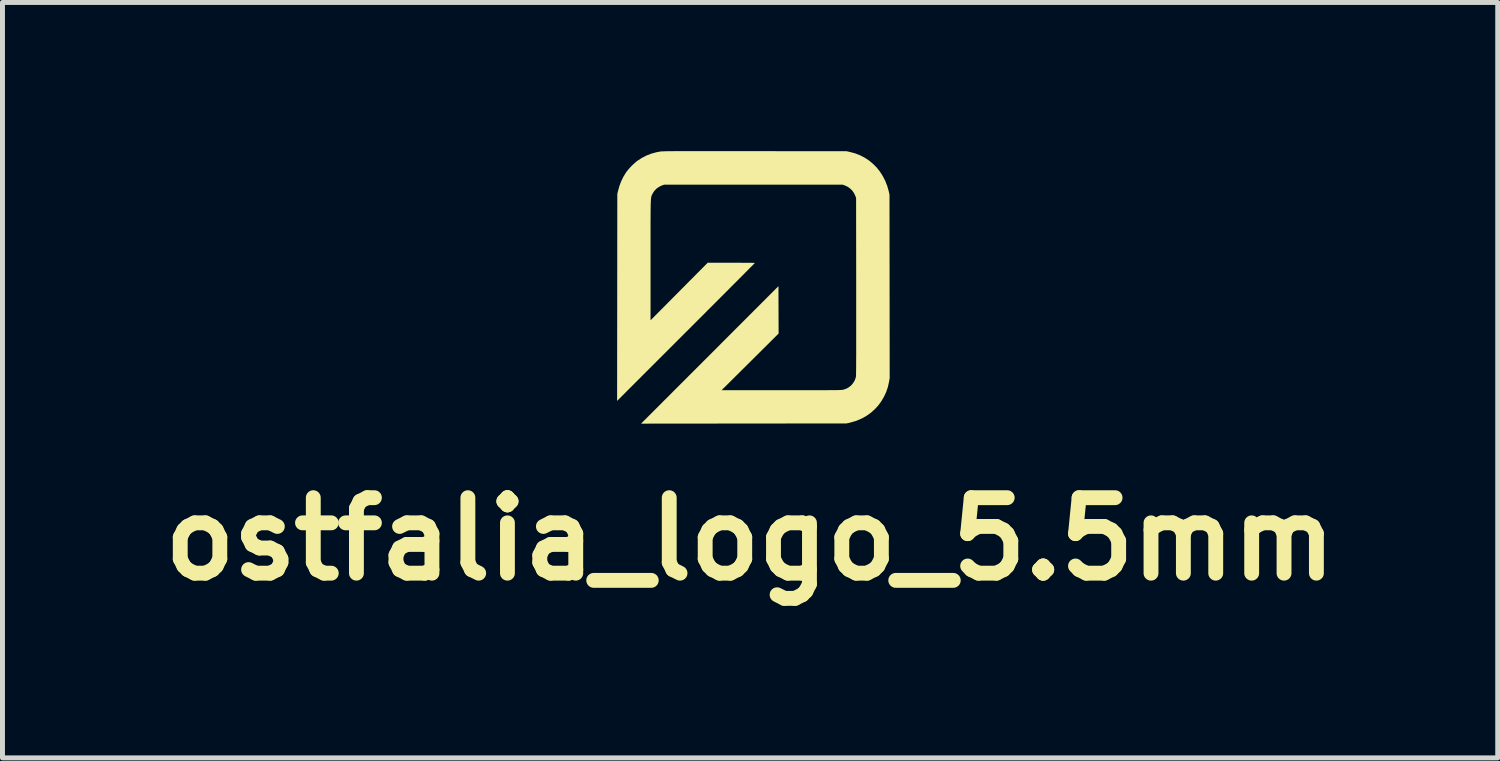
<source format=kicad_pcb>
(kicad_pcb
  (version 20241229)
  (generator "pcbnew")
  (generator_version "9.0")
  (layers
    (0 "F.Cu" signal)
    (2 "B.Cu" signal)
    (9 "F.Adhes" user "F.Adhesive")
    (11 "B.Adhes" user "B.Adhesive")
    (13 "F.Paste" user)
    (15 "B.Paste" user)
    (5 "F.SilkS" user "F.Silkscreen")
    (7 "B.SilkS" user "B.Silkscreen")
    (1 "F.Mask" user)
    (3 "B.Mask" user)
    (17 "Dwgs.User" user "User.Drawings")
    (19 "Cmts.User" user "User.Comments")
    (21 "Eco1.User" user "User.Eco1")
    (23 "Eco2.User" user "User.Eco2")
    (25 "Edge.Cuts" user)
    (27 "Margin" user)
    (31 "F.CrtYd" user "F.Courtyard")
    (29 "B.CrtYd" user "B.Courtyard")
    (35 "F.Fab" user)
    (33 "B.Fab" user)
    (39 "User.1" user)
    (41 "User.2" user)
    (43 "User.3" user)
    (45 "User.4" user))
  (footprint "ostfalia_logo_5.5mm"
    (layer "F.Cu")
    (at 12.157 2.75)
    (property "Reference" "ostfalia_logo_5.5mm" (at -0.066 5.08 0) (layer "F.SilkS") (effects (font (size 1.524 1.524) (thickness 0.3))))
    (attr board_only exclude_from_pos_files exclude_from_bom)
    (fp_poly (pts (xy -0.878 -2.75) (xy -0.756 -2.75) (xy -0.623 -2.75) (xy -0.481 -2.75) (xy -0.328 -2.75) (xy -0.164 -2.749) (xy 0.012 -2.749) (xy 0.033 -2.749) (xy 1.878 -2.748) (xy 1.942 -2.734) (xy 2.048 -2.706) (xy 2.149 -2.667) (xy 2.244 -2.619) (xy 2.332 -2.561) (xy 2.413 -2.494) (xy 2.488 -2.419) (xy 2.554 -2.336) (xy 2.612 -2.245) (xy 2.662 -2.147) (xy 2.703 -2.042) (xy 2.734 -1.931) (xy 2.734 -1.931) (xy 2.747 -1.872) (xy 2.749 -0.021) (xy 2.751 1.831) (xy 2.738 1.905) (xy 2.715 2.01) (xy 2.681 2.111) (xy 2.636 2.207) (xy 2.583 2.298) (xy 2.521 2.383) (xy 2.45 2.46) (xy 2.372 2.53) (xy 2.287 2.591) (xy 2.196 2.643) (xy 2.098 2.686) (xy 2.065 2.698) (xy 2.031 2.708) (xy 1.993 2.719) (xy 1.957 2.729) (xy 1.937 2.734) (xy 1.878 2.747) (xy -2.268 2.751) (xy -0.881 1.364) (xy 0.506 -0.024) (xy 0.507 0.454) (xy 0.509 0.932) (xy -0.066 1.504) (xy -0.642 2.076) (xy 0.565 2.076) (xy 0.706 2.076) (xy 0.835 2.076) (xy 0.954 2.076) (xy 1.062 2.076) (xy 1.16 2.076) (xy 1.249 2.076) (xy 1.329 2.076) (xy 1.401 2.076) (xy 1.465 2.076) (xy 1.521 2.075) (xy 1.571 2.075) (xy 1.614 2.075) (xy 1.651 2.074) (xy 1.683 2.074) (xy 1.711 2.073) (xy 1.733 2.073) (xy 1.752 2.072) (xy 1.768 2.071) (xy 1.78 2.071) (xy 1.79 2.07) (xy 1.799 2.069) (xy 1.806 2.067) (xy 1.811 2.066) (xy 1.817 2.065) (xy 1.818 2.065) (xy 1.876 2.045) (xy 1.926 2.017) (xy 1.972 1.98) (xy 1.977 1.975) (xy 2.013 1.932) (xy 2.043 1.883) (xy 2.063 1.831) (xy 2.07 1.8) (xy 2.071 1.792) (xy 2.071 1.776) (xy 2.072 1.754) (xy 2.072 1.723) (xy 2.073 1.684) (xy 2.073 1.637) (xy 2.074 1.581) (xy 2.074 1.517) (xy 2.074 1.444) (xy 2.075 1.361) (xy 2.075 1.269) (xy 2.075 1.167) (xy 2.075 1.056) (xy 2.075 0.934) (xy 2.075 0.801) (xy 2.075 0.658) (xy 2.075 0.504) (xy 2.075 0.339) (xy 2.075 0.163) (xy 2.075 -0.021) (xy 2.073 -1.801) (xy 2.06 -1.84) (xy 2.034 -1.897) (xy 1.999 -1.949) (xy 1.955 -1.993) (xy 1.903 -2.03) (xy 1.844 -2.058) (xy 1.84 -2.059) (xy 1.801 -2.073) (xy -1.801 -2.073) (xy -1.84 -2.059) (xy -1.899 -2.032) (xy -1.951 -1.997) (xy -1.994 -1.954) (xy -2.029 -1.903) (xy -2.035 -1.89) (xy -2.04 -1.881) (xy -2.044 -1.873) (xy -2.048 -1.865) (xy -2.052 -1.857) (xy -2.055 -1.849) (xy -2.058 -1.84) (xy -2.061 -1.83) (xy -2.063 -1.817) (xy -2.065 -1.802) (xy -2.067 -1.784) (xy -2.069 -1.763) (xy -2.07 -1.738) (xy -2.071 -1.708) (xy -2.073 -1.673) (xy -2.073 -1.633) (xy -2.074 -1.588) (xy -2.075 -1.535) (xy -2.075 -1.476) (xy -2.075 -1.409) (xy -2.076 -1.335) (xy -2.076 -1.252) (xy -2.076 -1.161) (xy -2.076 -1.059) (xy -2.076 -0.949) (xy -2.076 -0.827) (xy -2.076 -0.695) (xy -2.076 -0.552) (xy -2.076 -0.547) (xy -2.076 0.665) (xy -1.499 0.084) (xy -0.922 -0.497) (xy -0.446 -0.497) (xy -0.372 -0.497) (xy -0.302 -0.497) (xy -0.236 -0.496) (xy -0.175 -0.496) (xy -0.121 -0.496) (xy -0.073 -0.495) (xy -0.034 -0.495) (xy -0.003 -0.494) (xy 0.018 -0.493) (xy 0.029 -0.493) (xy 0.03 -0.492) (xy 0.025 -0.488) (xy 0.013 -0.475) (xy -0.007 -0.455) (xy -0.034 -0.427) (xy -0.069 -0.393) (xy -0.11 -0.351) (xy -0.158 -0.303) (xy -0.212 -0.248) (xy -0.272 -0.188) (xy -0.338 -0.122) (xy -0.409 -0.051) (xy -0.484 0.025) (xy -0.565 0.106) (xy -0.65 0.191) (xy -0.739 0.28) (xy -0.832 0.373) (xy -0.928 0.469) (xy -1.027 0.569) (xy -1.13 0.671) (xy -1.234 0.776) (xy -1.341 0.883) (xy -1.361 0.902) (xy -2.751 2.292) (xy -2.749 0.204) (xy -2.747 -1.884) (xy -2.734 -1.94) (xy -2.706 -2.041) (xy -2.67 -2.138) (xy -2.626 -2.229) (xy -2.576 -2.312) (xy -2.563 -2.33) (xy -2.53 -2.372) (xy -2.491 -2.417) (xy -2.447 -2.462) (xy -2.402 -2.504) (xy -2.359 -2.541) (xy -2.346 -2.551) (xy -2.256 -2.61) (xy -2.161 -2.66) (xy -2.059 -2.699) (xy -1.953 -2.728) (xy -1.877 -2.742) (xy -1.87 -2.743) (xy -1.861 -2.743) (xy -1.851 -2.744) (xy -1.838 -2.745) (xy -1.822 -2.745) (xy -1.804 -2.746) (xy -1.781 -2.747) (xy -1.755 -2.747) (xy -1.725 -2.748) (xy -1.689 -2.748) (xy -1.649 -2.748) (xy -1.603 -2.749) (xy -1.551 -2.749) (xy -1.493 -2.749) (xy -1.429 -2.749) (xy -1.357 -2.75) (xy -1.278 -2.75) (xy -1.191 -2.75) (xy -1.095 -2.75) (xy -0.991 -2.75)) (stroke (width 0) (type solid)) (fill yes) (layer "F.SilkS")))
  (gr_rect
    (start -3 -3)
    (end 27.181 12.248)
    (stroke (width 0.1) (type default))
    (fill no)
    (layer "Edge.Cuts")))
</source>
